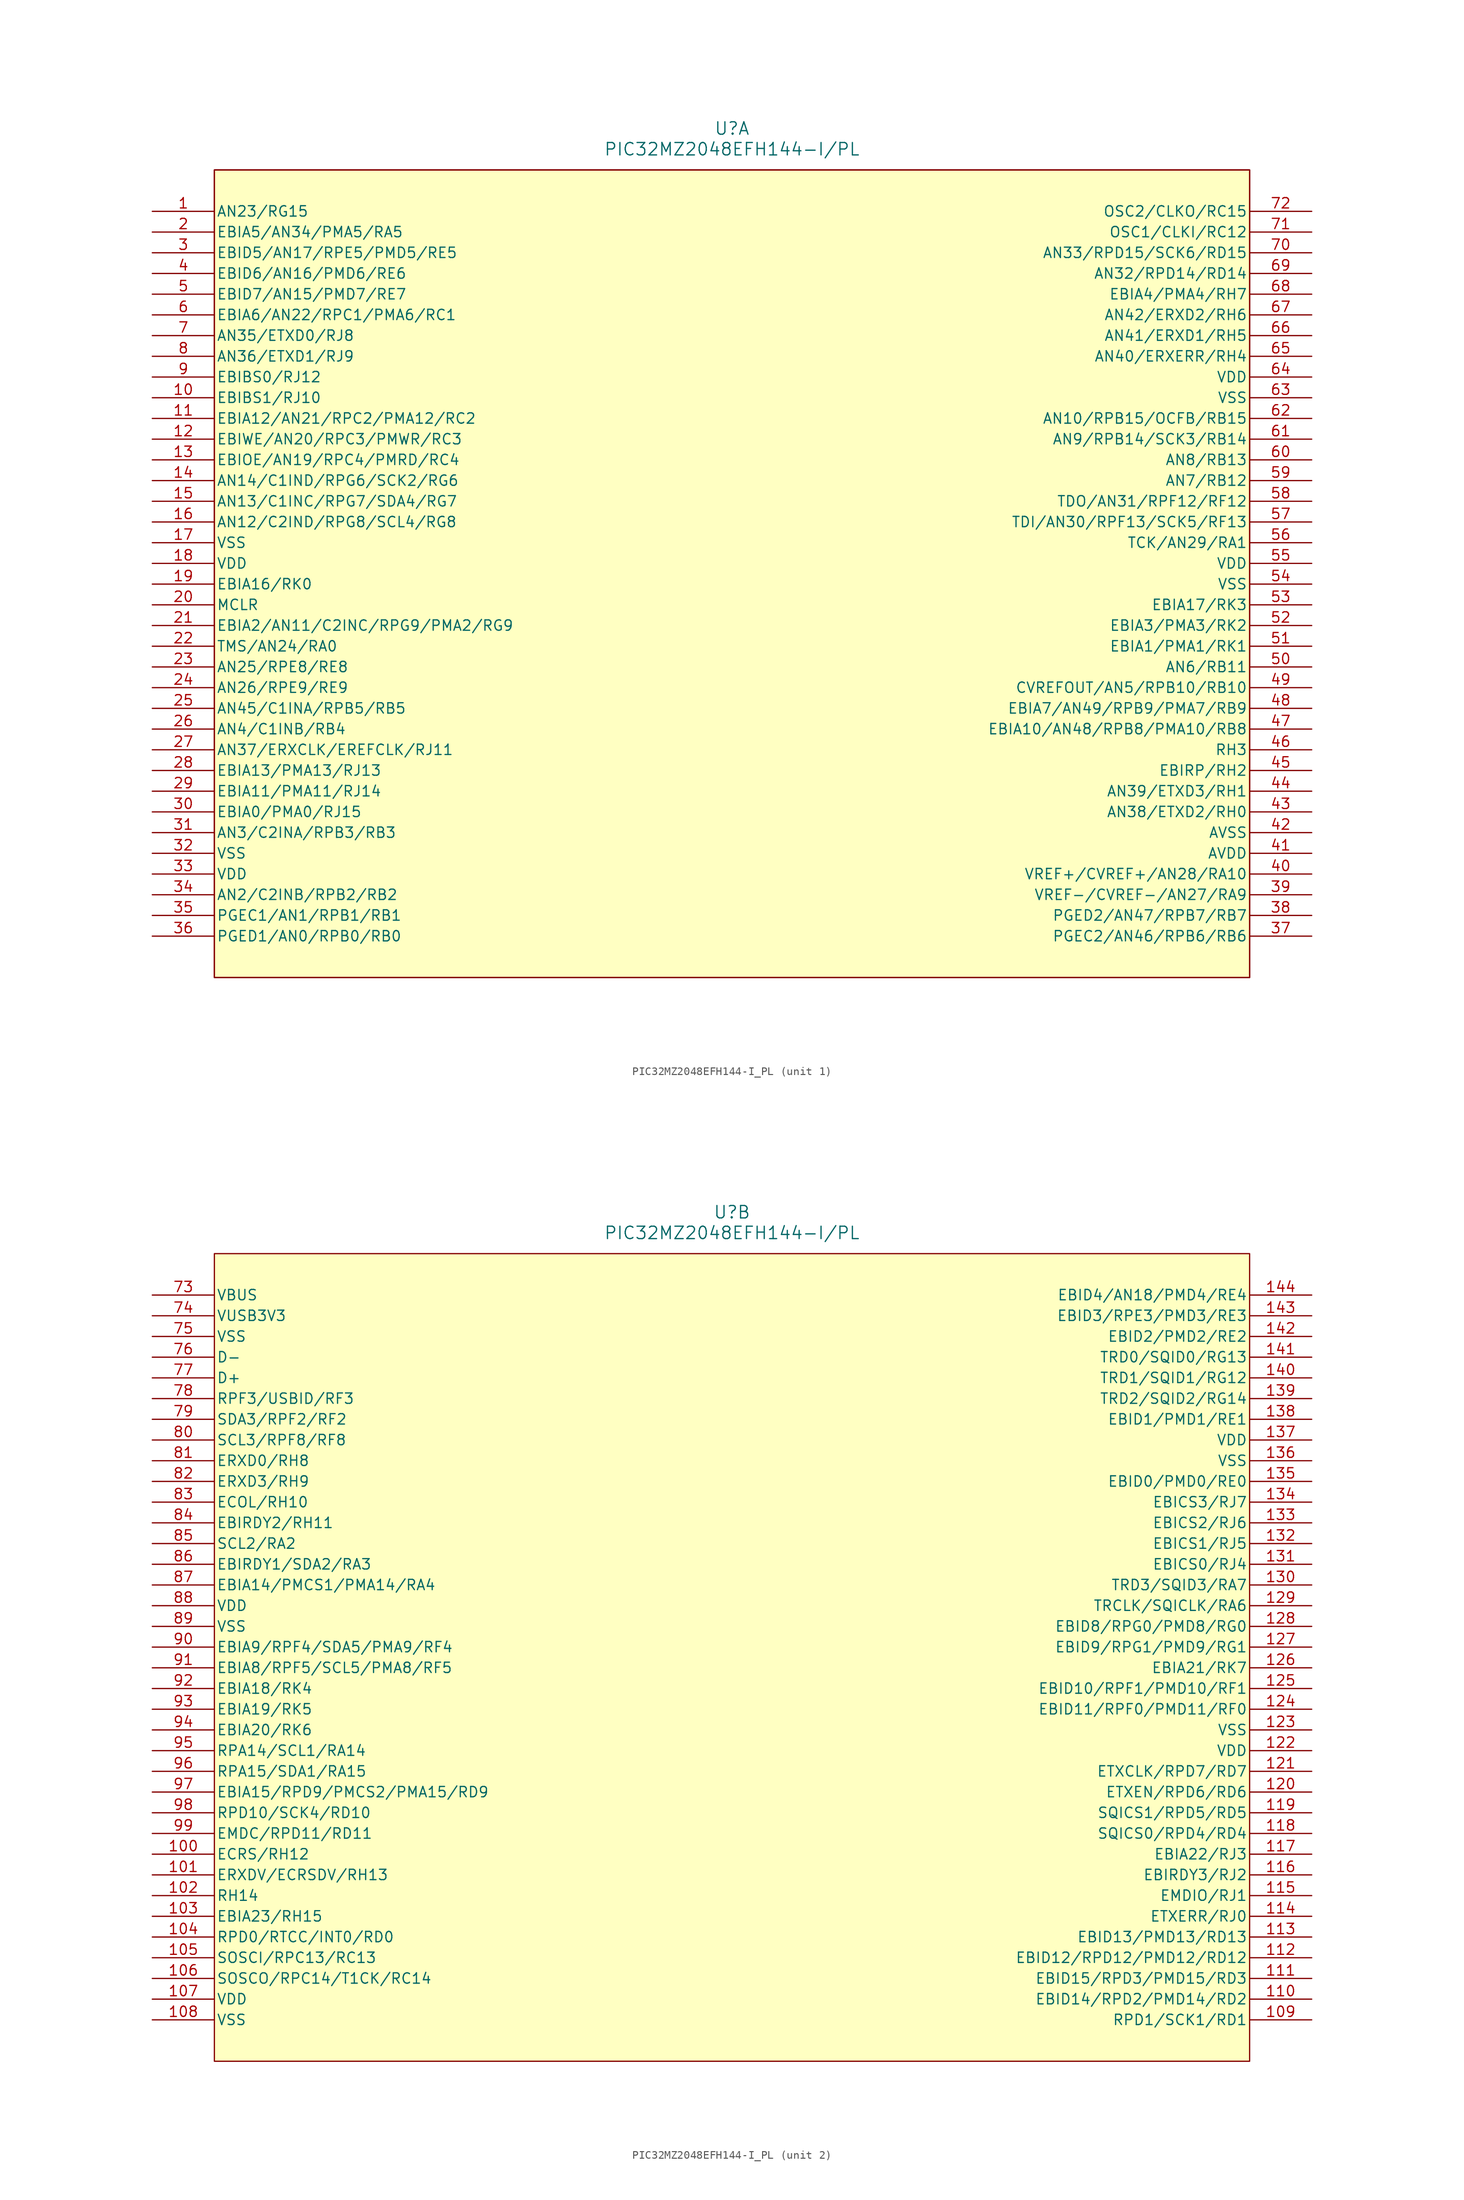
<source format=kicad_sym>
(kicad_symbol_lib
  (version 20220914)
  (generator kicad_symbol_editor)
  (symbol "PIC32MZ2048EFH144-I_PL"
    (pin_names
      (offset 0.254))
    (property "Reference" "U"
      (at 71.12 10.16 0)
      (effects (font (size 1.524 1.524))))
    (property "Value" "PIC32MZ2048EFH144-I/PL"
      (at 71.12 7.62 0)
      (effects (font (size 1.524 1.524))))
    (property "ki_locked" ""
      (at 0 0 0)
      (effects (font (size 1.27 1.27))))
    (symbol "PIC32MZ2048EFH144-I_PL_0_1"
      (rectangle (start 7.62 5.08) (end 134.62 -93.98) (stroke (width 0) (type default)) (fill (type background))))
    (symbol "PIC32MZ2048EFH144-I_PL_1_1"
      (rectangle (start 7.62 5.08) (end 134.62 -93.98) (stroke (width 0) (type default)) (fill (type background)))
      (pin bidirectional line (at 0 0 0) (length 7.62) (name "AN23/RG15" (effects (font (size 1.27 1.27)))) (number "1" (effects (font (size 1.27 1.27)))))
      (pin bidirectional line (at 0 -22.86 0) (length 7.62) (name "EBIBS1/RJ10" (effects (font (size 1.27 1.27)))) (number "10" (effects (font (size 1.27 1.27)))))
      (pin bidirectional line (at 0 -25.4 0) (length 7.62) (name "EBIA12/AN21/RPC2/PMA12/RC2" (effects (font (size 1.27 1.27)))) (number "11" (effects (font (size 1.27 1.27)))))
      (pin unspecified line (at 0 -27.94 0) (length 7.62) (name "EBIWE/AN20/RPC3/PMWR/RC3" (effects (font (size 1.27 1.27)))) (number "12" (effects (font (size 1.27 1.27)))))
      (pin unspecified line (at 0 -30.48 0) (length 7.62) (name "EBIOE/AN19/RPC4/PMRD/RC4" (effects (font (size 1.27 1.27)))) (number "13" (effects (font (size 1.27 1.27)))))
      (pin input line (at 0 -33.02 0) (length 7.62) (name "AN14/C1IND/RPG6/SCK2/RG6" (effects (font (size 1.27 1.27)))) (number "14" (effects (font (size 1.27 1.27)))))
      (pin input line (at 0 -35.56 0) (length 7.62) (name "AN13/C1INC/RPG7/SDA4/RG7" (effects (font (size 1.27 1.27)))) (number "15" (effects (font (size 1.27 1.27)))))
      (pin input line (at 0 -38.1 0) (length 7.62) (name "AN12/C2IND/RPG8/SCL4/RG8" (effects (font (size 1.27 1.27)))) (number "16" (effects (font (size 1.27 1.27)))))
      (pin power_out line (at 0 -40.64 0) (length 7.62) (name "VSS" (effects (font (size 1.27 1.27)))) (number "17" (effects (font (size 1.27 1.27)))))
      (pin power_in line (at 0 -43.18 0) (length 7.62) (name "VDD" (effects (font (size 1.27 1.27)))) (number "18" (effects (font (size 1.27 1.27)))))
      (pin bidirectional line (at 0 -45.72 0) (length 7.62) (name "EBIA16/RK0" (effects (font (size 1.27 1.27)))) (number "19" (effects (font (size 1.27 1.27)))))
      (pin bidirectional line (at 0 -2.54 0) (length 7.62) (name "EBIA5/AN34/PMA5/RA5" (effects (font (size 1.27 1.27)))) (number "2" (effects (font (size 1.27 1.27)))))
      (pin unspecified line (at 0 -48.26 0) (length 7.62) (name "MCLR" (effects (font (size 1.27 1.27)))) (number "20" (effects (font (size 1.27 1.27)))))
      (pin input line (at 0 -50.8 0) (length 7.62) (name "EBIA2/AN11/C2INC/RPG9/PMA2/RG9" (effects (font (size 1.27 1.27)))) (number "21" (effects (font (size 1.27 1.27)))))
      (pin unspecified line (at 0 -53.34 0) (length 7.62) (name "TMS/AN24/RA0" (effects (font (size 1.27 1.27)))) (number "22" (effects (font (size 1.27 1.27)))))
      (pin bidirectional line (at 0 -55.88 0) (length 7.62) (name "AN25/RPE8/RE8" (effects (font (size 1.27 1.27)))) (number "23" (effects (font (size 1.27 1.27)))))
      (pin bidirectional line (at 0 -58.42 0) (length 7.62) (name "AN26/RPE9/RE9" (effects (font (size 1.27 1.27)))) (number "24" (effects (font (size 1.27 1.27)))))
      (pin input line (at 0 -60.96 0) (length 7.62) (name "AN45/C1INA/RPB5/RB5" (effects (font (size 1.27 1.27)))) (number "25" (effects (font (size 1.27 1.27)))))
      (pin input line (at 0 -63.5 0) (length 7.62) (name "AN4/C1INB/RB4" (effects (font (size 1.27 1.27)))) (number "26" (effects (font (size 1.27 1.27)))))
      (pin bidirectional line (at 0 -66.04 0) (length 7.62) (name "AN37/ERXCLK/EREFCLK/RJ11" (effects (font (size 1.27 1.27)))) (number "27" (effects (font (size 1.27 1.27)))))
      (pin bidirectional line (at 0 -68.58 0) (length 7.62) (name "EBIA13/PMA13/RJ13" (effects (font (size 1.27 1.27)))) (number "28" (effects (font (size 1.27 1.27)))))
      (pin bidirectional line (at 0 -71.12 0) (length 7.62) (name "EBIA11/PMA11/RJ14" (effects (font (size 1.27 1.27)))) (number "29" (effects (font (size 1.27 1.27)))))
      (pin bidirectional line (at 0 -5.08 0) (length 7.62) (name "EBID5/AN17/RPE5/PMD5/RE5" (effects (font (size 1.27 1.27)))) (number "3" (effects (font (size 1.27 1.27)))))
      (pin bidirectional line (at 0 -73.66 0) (length 7.62) (name "EBIA0/PMA0/RJ15" (effects (font (size 1.27 1.27)))) (number "30" (effects (font (size 1.27 1.27)))))
      (pin input line (at 0 -76.2 0) (length 7.62) (name "AN3/C2INA/RPB3/RB3" (effects (font (size 1.27 1.27)))) (number "31" (effects (font (size 1.27 1.27)))))
      (pin power_out line (at 0 -78.74 0) (length 7.62) (name "VSS" (effects (font (size 1.27 1.27)))) (number "32" (effects (font (size 1.27 1.27)))))
      (pin power_in line (at 0 -81.28 0) (length 7.62) (name "VDD" (effects (font (size 1.27 1.27)))) (number "33" (effects (font (size 1.27 1.27)))))
      (pin input line (at 0 -83.82 0) (length 7.62) (name "AN2/C2INB/RPB2/RB2" (effects (font (size 1.27 1.27)))) (number "34" (effects (font (size 1.27 1.27)))))
      (pin bidirectional line (at 0 -86.36 0) (length 7.62) (name "PGEC1/AN1/RPB1/RB1" (effects (font (size 1.27 1.27)))) (number "35" (effects (font (size 1.27 1.27)))))
      (pin bidirectional line (at 0 -88.9 0) (length 7.62) (name "PGED1/AN0/RPB0/RB0" (effects (font (size 1.27 1.27)))) (number "36" (effects (font (size 1.27 1.27)))))
      (pin bidirectional line (at 142.24 -88.9 180) (length 7.62) (name "PGEC2/AN46/RPB6/RB6" (effects (font (size 1.27 1.27)))) (number "37" (effects (font (size 1.27 1.27)))))
      (pin bidirectional line (at 142.24 -86.36 180) (length 7.62) (name "PGED2/AN47/RPB7/RB7" (effects (font (size 1.27 1.27)))) (number "38" (effects (font (size 1.27 1.27)))))
      (pin power_in line (at 142.24 -83.82 180) (length 7.62) (name "VREF-/CVREF-/AN27/RA9" (effects (font (size 1.27 1.27)))) (number "39" (effects (font (size 1.27 1.27)))))
      (pin bidirectional line (at 0 -7.62 0) (length 7.62) (name "EBID6/AN16/PMD6/RE6" (effects (font (size 1.27 1.27)))) (number "4" (effects (font (size 1.27 1.27)))))
      (pin power_in line (at 142.24 -81.28 180) (length 7.62) (name "VREF+/CVREF+/AN28/RA10" (effects (font (size 1.27 1.27)))) (number "40" (effects (font (size 1.27 1.27)))))
      (pin power_in line (at 142.24 -78.74 180) (length 7.62) (name "AVDD" (effects (font (size 1.27 1.27)))) (number "41" (effects (font (size 1.27 1.27)))))
      (pin power_out line (at 142.24 -76.2 180) (length 7.62) (name "AVSS" (effects (font (size 1.27 1.27)))) (number "42" (effects (font (size 1.27 1.27)))))
      (pin bidirectional line (at 142.24 -73.66 180) (length 7.62) (name "AN38/ETXD2/RH0" (effects (font (size 1.27 1.27)))) (number "43" (effects (font (size 1.27 1.27)))))
      (pin bidirectional line (at 142.24 -71.12 180) (length 7.62) (name "AN39/ETXD3/RH1" (effects (font (size 1.27 1.27)))) (number "44" (effects (font (size 1.27 1.27)))))
      (pin unspecified line (at 142.24 -68.58 180) (length 7.62) (name "EBIRP/RH2" (effects (font (size 1.27 1.27)))) (number "45" (effects (font (size 1.27 1.27)))))
      (pin bidirectional line (at 142.24 -66.04 180) (length 7.62) (name "RH3" (effects (font (size 1.27 1.27)))) (number "46" (effects (font (size 1.27 1.27)))))
      (pin bidirectional line (at 142.24 -63.5 180) (length 7.62) (name "EBIA10/AN48/RPB8/PMA10/RB8" (effects (font (size 1.27 1.27)))) (number "47" (effects (font (size 1.27 1.27)))))
      (pin bidirectional line (at 142.24 -60.96 180) (length 7.62) (name "EBIA7/AN49/RPB9/PMA7/RB9" (effects (font (size 1.27 1.27)))) (number "48" (effects (font (size 1.27 1.27)))))
      (pin output line (at 142.24 -58.42 180) (length 7.62) (name "CVREFOUT/AN5/RPB10/RB10" (effects (font (size 1.27 1.27)))) (number "49" (effects (font (size 1.27 1.27)))))
      (pin bidirectional line (at 0 -10.16 0) (length 7.62) (name "EBID7/AN15/PMD7/RE7" (effects (font (size 1.27 1.27)))) (number "5" (effects (font (size 1.27 1.27)))))
      (pin bidirectional line (at 142.24 -55.88 180) (length 7.62) (name "AN6/RB11" (effects (font (size 1.27 1.27)))) (number "50" (effects (font (size 1.27 1.27)))))
      (pin bidirectional line (at 142.24 -53.34 180) (length 7.62) (name "EBIA1/PMA1/RK1" (effects (font (size 1.27 1.27)))) (number "51" (effects (font (size 1.27 1.27)))))
      (pin bidirectional line (at 142.24 -50.8 180) (length 7.62) (name "EBIA3/PMA3/RK2" (effects (font (size 1.27 1.27)))) (number "52" (effects (font (size 1.27 1.27)))))
      (pin bidirectional line (at 142.24 -48.26 180) (length 7.62) (name "EBIA17/RK3" (effects (font (size 1.27 1.27)))) (number "53" (effects (font (size 1.27 1.27)))))
      (pin power_out line (at 142.24 -45.72 180) (length 7.62) (name "VSS" (effects (font (size 1.27 1.27)))) (number "54" (effects (font (size 1.27 1.27)))))
      (pin power_in line (at 142.24 -43.18 180) (length 7.62) (name "VDD" (effects (font (size 1.27 1.27)))) (number "55" (effects (font (size 1.27 1.27)))))
      (pin unspecified line (at 142.24 -40.64 180) (length 7.62) (name "TCK/AN29/RA1" (effects (font (size 1.27 1.27)))) (number "56" (effects (font (size 1.27 1.27)))))
      (pin unspecified line (at 142.24 -38.1 180) (length 7.62) (name "TDI/AN30/RPF13/SCK5/RF13" (effects (font (size 1.27 1.27)))) (number "57" (effects (font (size 1.27 1.27)))))
      (pin unspecified line (at 142.24 -35.56 180) (length 7.62) (name "TDO/AN31/RPF12/RF12" (effects (font (size 1.27 1.27)))) (number "58" (effects (font (size 1.27 1.27)))))
      (pin bidirectional line (at 142.24 -33.02 180) (length 7.62) (name "AN7/RB12" (effects (font (size 1.27 1.27)))) (number "59" (effects (font (size 1.27 1.27)))))
      (pin bidirectional line (at 0 -12.7 0) (length 7.62) (name "EBIA6/AN22/RPC1/PMA6/RC1" (effects (font (size 1.27 1.27)))) (number "6" (effects (font (size 1.27 1.27)))))
      (pin bidirectional line (at 142.24 -30.48 180) (length 7.62) (name "AN8/RB13" (effects (font (size 1.27 1.27)))) (number "60" (effects (font (size 1.27 1.27)))))
      (pin bidirectional line (at 142.24 -27.94 180) (length 7.62) (name "AN9/RPB14/SCK3/RB14" (effects (font (size 1.27 1.27)))) (number "61" (effects (font (size 1.27 1.27)))))
      (pin bidirectional line (at 142.24 -25.4 180) (length 7.62) (name "AN10/RPB15/OCFB/RB15" (effects (font (size 1.27 1.27)))) (number "62" (effects (font (size 1.27 1.27)))))
      (pin power_out line (at 142.24 -22.86 180) (length 7.62) (name "VSS" (effects (font (size 1.27 1.27)))) (number "63" (effects (font (size 1.27 1.27)))))
      (pin power_in line (at 142.24 -20.32 180) (length 7.62) (name "VDD" (effects (font (size 1.27 1.27)))) (number "64" (effects (font (size 1.27 1.27)))))
      (pin bidirectional line (at 142.24 -17.78 180) (length 7.62) (name "AN40/ERXERR/RH4" (effects (font (size 1.27 1.27)))) (number "65" (effects (font (size 1.27 1.27)))))
      (pin bidirectional line (at 142.24 -15.24 180) (length 7.62) (name "AN41/ERXD1/RH5" (effects (font (size 1.27 1.27)))) (number "66" (effects (font (size 1.27 1.27)))))
      (pin bidirectional line (at 142.24 -12.7 180) (length 7.62) (name "AN42/ERXD2/RH6" (effects (font (size 1.27 1.27)))) (number "67" (effects (font (size 1.27 1.27)))))
      (pin bidirectional line (at 142.24 -10.16 180) (length 7.62) (name "EBIA4/PMA4/RH7" (effects (font (size 1.27 1.27)))) (number "68" (effects (font (size 1.27 1.27)))))
      (pin bidirectional line (at 142.24 -7.62 180) (length 7.62) (name "AN32/RPD14/RD14" (effects (font (size 1.27 1.27)))) (number "69" (effects (font (size 1.27 1.27)))))
      (pin bidirectional line (at 0 -15.24 0) (length 7.62) (name "AN35/ETXD0/RJ8" (effects (font (size 1.27 1.27)))) (number "7" (effects (font (size 1.27 1.27)))))
      (pin bidirectional line (at 142.24 -5.08 180) (length 7.62) (name "AN33/RPD15/SCK6/RD15" (effects (font (size 1.27 1.27)))) (number "70" (effects (font (size 1.27 1.27)))))
      (pin bidirectional line (at 142.24 -2.54 180) (length 7.62) (name "OSC1/CLKI/RC12" (effects (font (size 1.27 1.27)))) (number "71" (effects (font (size 1.27 1.27)))))
      (pin bidirectional line (at 142.24 0 180) (length 7.62) (name "OSC2/CLKO/RC15" (effects (font (size 1.27 1.27)))) (number "72" (effects (font (size 1.27 1.27)))))
      (pin bidirectional line (at 0 -17.78 0) (length 7.62) (name "AN36/ETXD1/RJ9" (effects (font (size 1.27 1.27)))) (number "8" (effects (font (size 1.27 1.27)))))
      (pin bidirectional line (at 0 -20.32 0) (length 7.62) (name "EBIBS0/RJ12" (effects (font (size 1.27 1.27)))) (number "9" (effects (font (size 1.27 1.27))))))
    (symbol "PIC32MZ2048EFH144-I_PL_2_1"
      (pin unspecified line (at 0 -68.58 0) (length 7.62) (name "ECRS/RH12" (effects (font (size 1.27 1.27)))) (number "100" (effects (font (size 1.27 1.27)))))
      (pin unspecified line (at 0 -71.12 0) (length 7.62) (name "ERXDV/ECRSDV/RH13" (effects (font (size 1.27 1.27)))) (number "101" (effects (font (size 1.27 1.27)))))
      (pin bidirectional line (at 0 -73.66 0) (length 7.62) (name "RH14" (effects (font (size 1.27 1.27)))) (number "102" (effects (font (size 1.27 1.27)))))
      (pin bidirectional line (at 0 -76.2 0) (length 7.62) (name "EBIA23/RH15" (effects (font (size 1.27 1.27)))) (number "103" (effects (font (size 1.27 1.27)))))
      (pin bidirectional line (at 0 -78.74 0) (length 7.62) (name "RPD0/RTCC/INT0/RD0" (effects (font (size 1.27 1.27)))) (number "104" (effects (font (size 1.27 1.27)))))
      (pin unspecified line (at 0 -81.28 0) (length 7.62) (name "SOSCI/RPC13/RC13" (effects (font (size 1.27 1.27)))) (number "105" (effects (font (size 1.27 1.27)))))
      (pin unspecified line (at 0 -83.82 0) (length 7.62) (name "SOSCO/RPC14/T1CK/RC14" (effects (font (size 1.27 1.27)))) (number "106" (effects (font (size 1.27 1.27)))))
      (pin power_in line (at 0 -86.36 0) (length 7.62) (name "VDD" (effects (font (size 1.27 1.27)))) (number "107" (effects (font (size 1.27 1.27)))))
      (pin power_out line (at 0 -88.9 0) (length 7.62) (name "VSS" (effects (font (size 1.27 1.27)))) (number "108" (effects (font (size 1.27 1.27)))))
      (pin bidirectional line (at 142.24 -88.9 180) (length 7.62) (name "RPD1/SCK1/RD1" (effects (font (size 1.27 1.27)))) (number "109" (effects (font (size 1.27 1.27)))))
      (pin bidirectional line (at 142.24 -86.36 180) (length 7.62) (name "EBID14/RPD2/PMD14/RD2" (effects (font (size 1.27 1.27)))) (number "110" (effects (font (size 1.27 1.27)))))
      (pin bidirectional line (at 142.24 -83.82 180) (length 7.62) (name "EBID15/RPD3/PMD15/RD3" (effects (font (size 1.27 1.27)))) (number "111" (effects (font (size 1.27 1.27)))))
      (pin bidirectional line (at 142.24 -81.28 180) (length 7.62) (name "EBID12/RPD12/PMD12/RD12" (effects (font (size 1.27 1.27)))) (number "112" (effects (font (size 1.27 1.27)))))
      (pin bidirectional line (at 142.24 -78.74 180) (length 7.62) (name "EBID13/PMD13/RD13" (effects (font (size 1.27 1.27)))) (number "113" (effects (font (size 1.27 1.27)))))
      (pin unspecified line (at 142.24 -76.2 180) (length 7.62) (name "ETXERR/RJ0" (effects (font (size 1.27 1.27)))) (number "114" (effects (font (size 1.27 1.27)))))
      (pin unspecified line (at 142.24 -73.66 180) (length 7.62) (name "EMDIO/RJ1" (effects (font (size 1.27 1.27)))) (number "115" (effects (font (size 1.27 1.27)))))
      (pin bidirectional line (at 142.24 -71.12 180) (length 7.62) (name "EBIRDY3/RJ2" (effects (font (size 1.27 1.27)))) (number "116" (effects (font (size 1.27 1.27)))))
      (pin bidirectional line (at 142.24 -68.58 180) (length 7.62) (name "EBIA22/RJ3" (effects (font (size 1.27 1.27)))) (number "117" (effects (font (size 1.27 1.27)))))
      (pin bidirectional line (at 142.24 -66.04 180) (length 7.62) (name "SQICS0/RPD4/RD4" (effects (font (size 1.27 1.27)))) (number "118" (effects (font (size 1.27 1.27)))))
      (pin bidirectional line (at 142.24 -63.5 180) (length 7.62) (name "SQICS1/RPD5/RD5" (effects (font (size 1.27 1.27)))) (number "119" (effects (font (size 1.27 1.27)))))
      (pin bidirectional line (at 142.24 -60.96 180) (length 7.62) (name "ETXEN/RPD6/RD6" (effects (font (size 1.27 1.27)))) (number "120" (effects (font (size 1.27 1.27)))))
      (pin bidirectional line (at 142.24 -58.42 180) (length 7.62) (name "ETXCLK/RPD7/RD7" (effects (font (size 1.27 1.27)))) (number "121" (effects (font (size 1.27 1.27)))))
      (pin power_in line (at 142.24 -55.88 180) (length 7.62) (name "VDD" (effects (font (size 1.27 1.27)))) (number "122" (effects (font (size 1.27 1.27)))))
      (pin power_out line (at 142.24 -53.34 180) (length 7.62) (name "VSS" (effects (font (size 1.27 1.27)))) (number "123" (effects (font (size 1.27 1.27)))))
      (pin bidirectional line (at 142.24 -50.8 180) (length 7.62) (name "EBID11/RPF0/PMD11/RF0" (effects (font (size 1.27 1.27)))) (number "124" (effects (font (size 1.27 1.27)))))
      (pin bidirectional line (at 142.24 -48.26 180) (length 7.62) (name "EBID10/RPF1/PMD10/RF1" (effects (font (size 1.27 1.27)))) (number "125" (effects (font (size 1.27 1.27)))))
      (pin bidirectional line (at 142.24 -45.72 180) (length 7.62) (name "EBIA21/RK7" (effects (font (size 1.27 1.27)))) (number "126" (effects (font (size 1.27 1.27)))))
      (pin bidirectional line (at 142.24 -43.18 180) (length 7.62) (name "EBID9/RPG1/PMD9/RG1" (effects (font (size 1.27 1.27)))) (number "127" (effects (font (size 1.27 1.27)))))
      (pin bidirectional line (at 142.24 -40.64 180) (length 7.62) (name "EBID8/RPG0/PMD8/RG0" (effects (font (size 1.27 1.27)))) (number "128" (effects (font (size 1.27 1.27)))))
      (pin unspecified line (at 142.24 -38.1 180) (length 7.62) (name "TRCLK/SQICLK/RA6" (effects (font (size 1.27 1.27)))) (number "129" (effects (font (size 1.27 1.27)))))
      (pin bidirectional line (at 142.24 -35.56 180) (length 7.62) (name "TRD3/SQID3/RA7" (effects (font (size 1.27 1.27)))) (number "130" (effects (font (size 1.27 1.27)))))
      (pin bidirectional line (at 142.24 -33.02 180) (length 7.62) (name "EBICS0/RJ4" (effects (font (size 1.27 1.27)))) (number "131" (effects (font (size 1.27 1.27)))))
      (pin bidirectional line (at 142.24 -30.48 180) (length 7.62) (name "EBICS1/RJ5" (effects (font (size 1.27 1.27)))) (number "132" (effects (font (size 1.27 1.27)))))
      (pin bidirectional line (at 142.24 -27.94 180) (length 7.62) (name "EBICS2/RJ6" (effects (font (size 1.27 1.27)))) (number "133" (effects (font (size 1.27 1.27)))))
      (pin bidirectional line (at 142.24 -25.4 180) (length 7.62) (name "EBICS3/RJ7" (effects (font (size 1.27 1.27)))) (number "134" (effects (font (size 1.27 1.27)))))
      (pin bidirectional line (at 142.24 -22.86 180) (length 7.62) (name "EBID0/PMD0/RE0" (effects (font (size 1.27 1.27)))) (number "135" (effects (font (size 1.27 1.27)))))
      (pin power_out line (at 142.24 -20.32 180) (length 7.62) (name "VSS" (effects (font (size 1.27 1.27)))) (number "136" (effects (font (size 1.27 1.27)))))
      (pin power_in line (at 142.24 -17.78 180) (length 7.62) (name "VDD" (effects (font (size 1.27 1.27)))) (number "137" (effects (font (size 1.27 1.27)))))
      (pin bidirectional line (at 142.24 -15.24 180) (length 7.62) (name "EBID1/PMD1/RE1" (effects (font (size 1.27 1.27)))) (number "138" (effects (font (size 1.27 1.27)))))
      (pin bidirectional line (at 142.24 -12.7 180) (length 7.62) (name "TRD2/SQID2/RG14" (effects (font (size 1.27 1.27)))) (number "139" (effects (font (size 1.27 1.27)))))
      (pin bidirectional line (at 142.24 -10.16 180) (length 7.62) (name "TRD1/SQID1/RG12" (effects (font (size 1.27 1.27)))) (number "140" (effects (font (size 1.27 1.27)))))
      (pin bidirectional line (at 142.24 -7.62 180) (length 7.62) (name "TRD0/SQID0/RG13" (effects (font (size 1.27 1.27)))) (number "141" (effects (font (size 1.27 1.27)))))
      (pin bidirectional line (at 142.24 -5.08 180) (length 7.62) (name "EBID2/PMD2/RE2" (effects (font (size 1.27 1.27)))) (number "142" (effects (font (size 1.27 1.27)))))
      (pin bidirectional line (at 142.24 -2.54 180) (length 7.62) (name "EBID3/RPE3/PMD3/RE3" (effects (font (size 1.27 1.27)))) (number "143" (effects (font (size 1.27 1.27)))))
      (pin bidirectional line (at 142.24 0 180) (length 7.62) (name "EBID4/AN18/PMD4/RE4" (effects (font (size 1.27 1.27)))) (number "144" (effects (font (size 1.27 1.27)))))
      (pin unspecified line (at 0 0 0) (length 7.62) (name "VBUS" (effects (font (size 1.27 1.27)))) (number "73" (effects (font (size 1.27 1.27)))))
      (pin unspecified line (at 0 -2.54 0) (length 7.62) (name "VUSB3V3" (effects (font (size 1.27 1.27)))) (number "74" (effects (font (size 1.27 1.27)))))
      (pin power_out line (at 0 -5.08 0) (length 7.62) (name "VSS" (effects (font (size 1.27 1.27)))) (number "75" (effects (font (size 1.27 1.27)))))
      (pin unspecified line (at 0 -7.62 0) (length 7.62) (name "D-" (effects (font (size 1.27 1.27)))) (number "76" (effects (font (size 1.27 1.27)))))
      (pin unspecified line (at 0 -10.16 0) (length 7.62) (name "D+" (effects (font (size 1.27 1.27)))) (number "77" (effects (font (size 1.27 1.27)))))
      (pin unspecified line (at 0 -12.7 0) (length 7.62) (name "RPF3/USBID/RF3" (effects (font (size 1.27 1.27)))) (number "78" (effects (font (size 1.27 1.27)))))
      (pin unspecified line (at 0 -15.24 0) (length 7.62) (name "SDA3/RPF2/RF2" (effects (font (size 1.27 1.27)))) (number "79" (effects (font (size 1.27 1.27)))))
      (pin bidirectional line (at 0 -17.78 0) (length 7.62) (name "SCL3/RPF8/RF8" (effects (font (size 1.27 1.27)))) (number "80" (effects (font (size 1.27 1.27)))))
      (pin bidirectional line (at 0 -20.32 0) (length 7.62) (name "ERXD0/RH8" (effects (font (size 1.27 1.27)))) (number "81" (effects (font (size 1.27 1.27)))))
      (pin bidirectional line (at 0 -22.86 0) (length 7.62) (name "ERXD3/RH9" (effects (font (size 1.27 1.27)))) (number "82" (effects (font (size 1.27 1.27)))))
      (pin unspecified line (at 0 -25.4 0) (length 7.62) (name "ECOL/RH10" (effects (font (size 1.27 1.27)))) (number "83" (effects (font (size 1.27 1.27)))))
      (pin bidirectional line (at 0 -27.94 0) (length 7.62) (name "EBIRDY2/RH11" (effects (font (size 1.27 1.27)))) (number "84" (effects (font (size 1.27 1.27)))))
      (pin bidirectional line (at 0 -30.48 0) (length 7.62) (name "SCL2/RA2" (effects (font (size 1.27 1.27)))) (number "85" (effects (font (size 1.27 1.27)))))
      (pin bidirectional line (at 0 -33.02 0) (length 7.62) (name "EBIRDY1/SDA2/RA3" (effects (font (size 1.27 1.27)))) (number "86" (effects (font (size 1.27 1.27)))))
      (pin bidirectional line (at 0 -35.56 0) (length 7.62) (name "EBIA14/PMCS1/PMA14/RA4" (effects (font (size 1.27 1.27)))) (number "87" (effects (font (size 1.27 1.27)))))
      (pin power_in line (at 0 -38.1 0) (length 7.62) (name "VDD" (effects (font (size 1.27 1.27)))) (number "88" (effects (font (size 1.27 1.27)))))
      (pin power_out line (at 0 -40.64 0) (length 7.62) (name "VSS" (effects (font (size 1.27 1.27)))) (number "89" (effects (font (size 1.27 1.27)))))
      (pin bidirectional line (at 0 -43.18 0) (length 7.62) (name "EBIA9/RPF4/SDA5/PMA9/RF4" (effects (font (size 1.27 1.27)))) (number "90" (effects (font (size 1.27 1.27)))))
      (pin bidirectional line (at 0 -45.72 0) (length 7.62) (name "EBIA8/RPF5/SCL5/PMA8/RF5" (effects (font (size 1.27 1.27)))) (number "91" (effects (font (size 1.27 1.27)))))
      (pin bidirectional line (at 0 -48.26 0) (length 7.62) (name "EBIA18/RK4" (effects (font (size 1.27 1.27)))) (number "92" (effects (font (size 1.27 1.27)))))
      (pin bidirectional line (at 0 -50.8 0) (length 7.62) (name "EBIA19/RK5" (effects (font (size 1.27 1.27)))) (number "93" (effects (font (size 1.27 1.27)))))
      (pin bidirectional line (at 0 -53.34 0) (length 7.62) (name "EBIA20/RK6" (effects (font (size 1.27 1.27)))) (number "94" (effects (font (size 1.27 1.27)))))
      (pin bidirectional line (at 0 -55.88 0) (length 7.62) (name "RPA14/SCL1/RA14" (effects (font (size 1.27 1.27)))) (number "95" (effects (font (size 1.27 1.27)))))
      (pin bidirectional line (at 0 -58.42 0) (length 7.62) (name "RPA15/SDA1/RA15" (effects (font (size 1.27 1.27)))) (number "96" (effects (font (size 1.27 1.27)))))
      (pin bidirectional line (at 0 -60.96 0) (length 7.62) (name "EBIA15/RPD9/PMCS2/PMA15/RD9" (effects (font (size 1.27 1.27)))) (number "97" (effects (font (size 1.27 1.27)))))
      (pin bidirectional line (at 0 -63.5 0) (length 7.62) (name "RPD10/SCK4/RD10" (effects (font (size 1.27 1.27)))) (number "98" (effects (font (size 1.27 1.27)))))
      (pin bidirectional line (at 0 -66.04 0) (length 7.62) (name "EMDC/RPD11/RD11" (effects (font (size 1.27 1.27)))) (number "99" (effects (font (size 1.27 1.27))))))))
</source>
